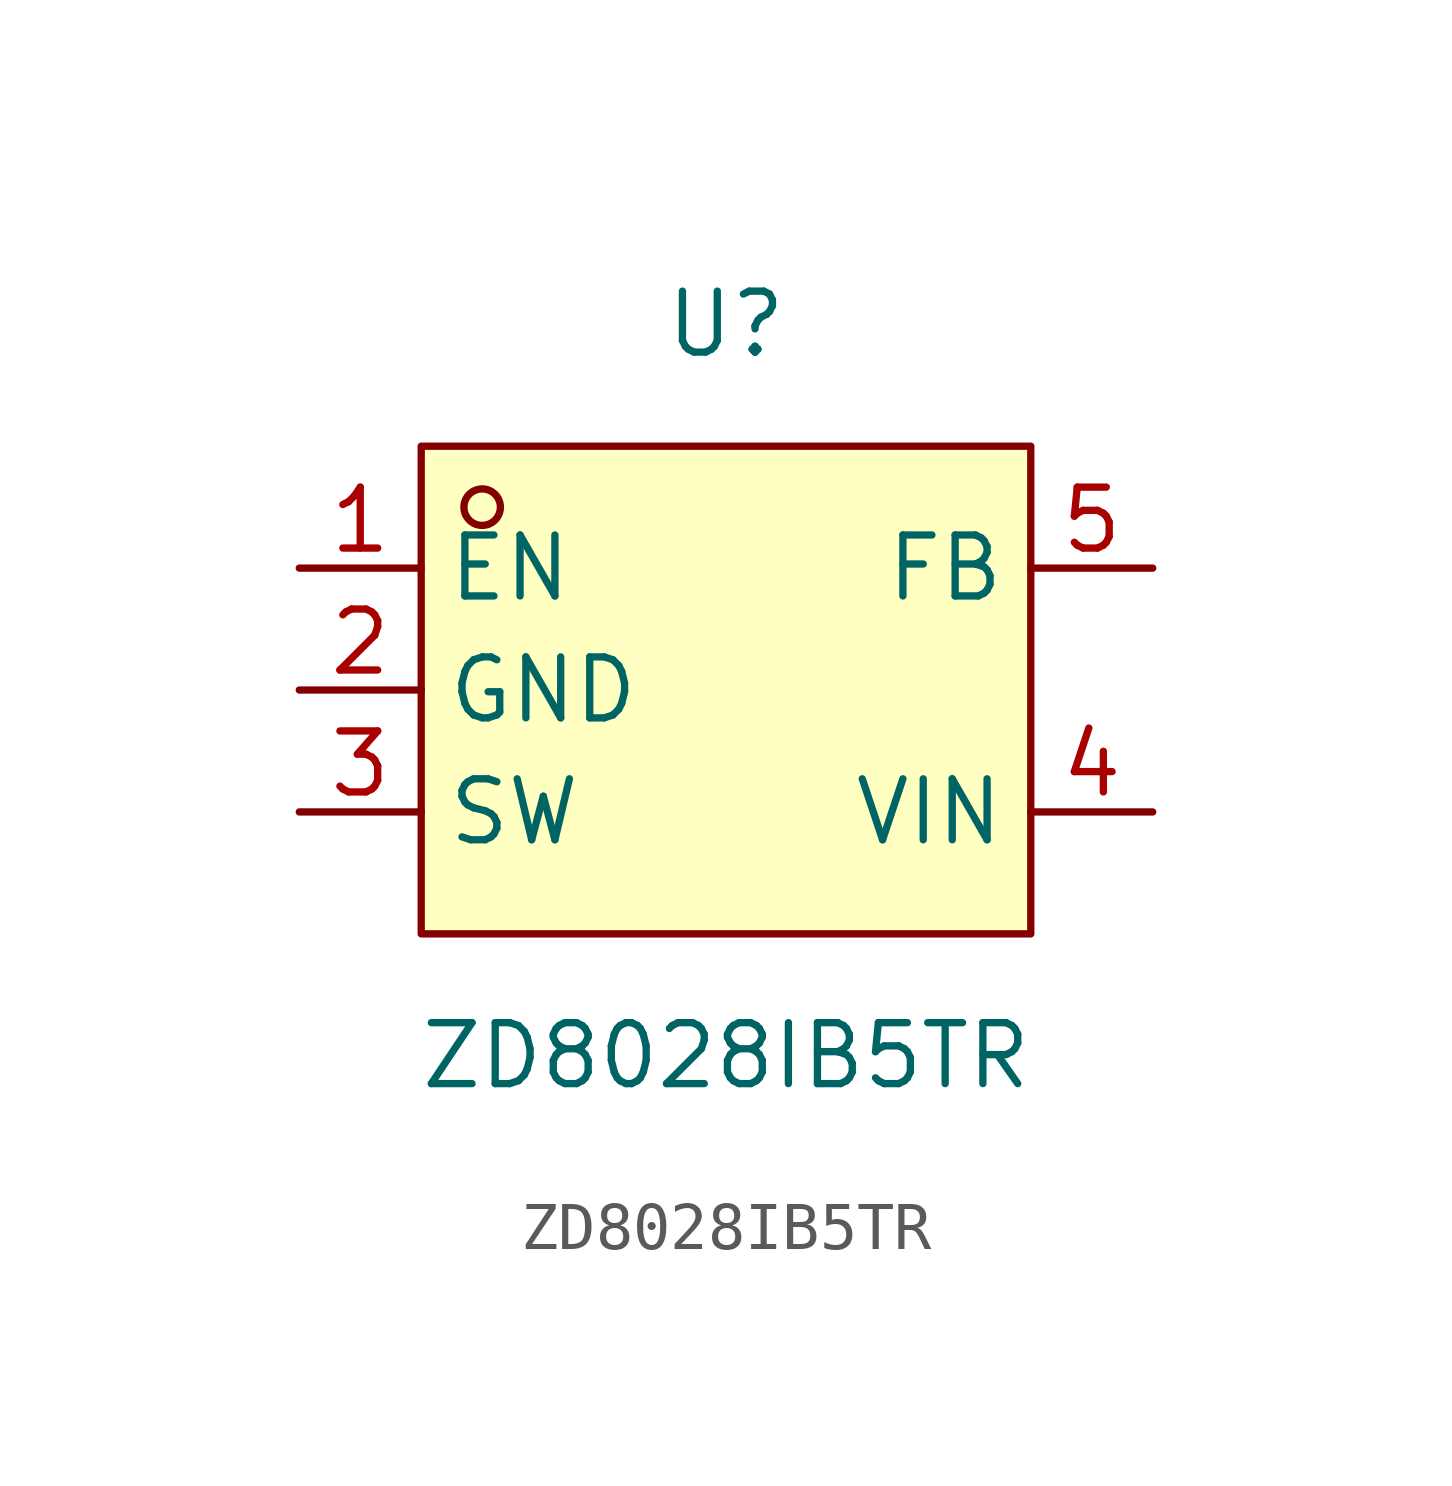
<source format=kicad_sym>
(kicad_symbol_lib
  (version 20231120)
  (generator "kicad_symbol_editor")
  (generator_version "8.0")
  (symbol "ZD8028IB5TR"
    (property "Reference" "U"
      (at 0 7.62 0)
      (effects (font (size 1.27 1.27))))
    (property "Value" "ZD8028IB5TR"
      (at 0 -7.62 0)
      (effects (font (size 1.27 1.27))))
    (symbol "ZD8028IB5TR_0_1"
      (rectangle (start -6.35 5.08) (end 6.35 -5.08) (stroke (width 0) (type default)) (fill (type background)))
      (circle (center -5.08 3.81) (radius 0.38) (stroke (width 0) (type default)) (fill (type none)))
      (pin unspecified line (at -8.89 2.54 0) (length 2.54) (name "EN" (effects (font (size 1.27 1.27)))) (number "1" (effects (font (size 1.27 1.27)))))
      (pin unspecified line (at -8.89 0 0) (length 2.54) (name "GND" (effects (font (size 1.27 1.27)))) (number "2" (effects (font (size 1.27 1.27)))))
      (pin unspecified line (at -8.89 -2.54 0) (length 2.54) (name "SW" (effects (font (size 1.27 1.27)))) (number "3" (effects (font (size 1.27 1.27)))))
      (pin unspecified line (at 8.89 -2.54 180) (length 2.54) (name "VIN" (effects (font (size 1.27 1.27)))) (number "4" (effects (font (size 1.27 1.27)))))
      (pin unspecified line (at 8.89 2.54 180) (length 2.54) (name "FB" (effects (font (size 1.27 1.27)))) (number "5" (effects (font (size 1.27 1.27))))))))
</source>
